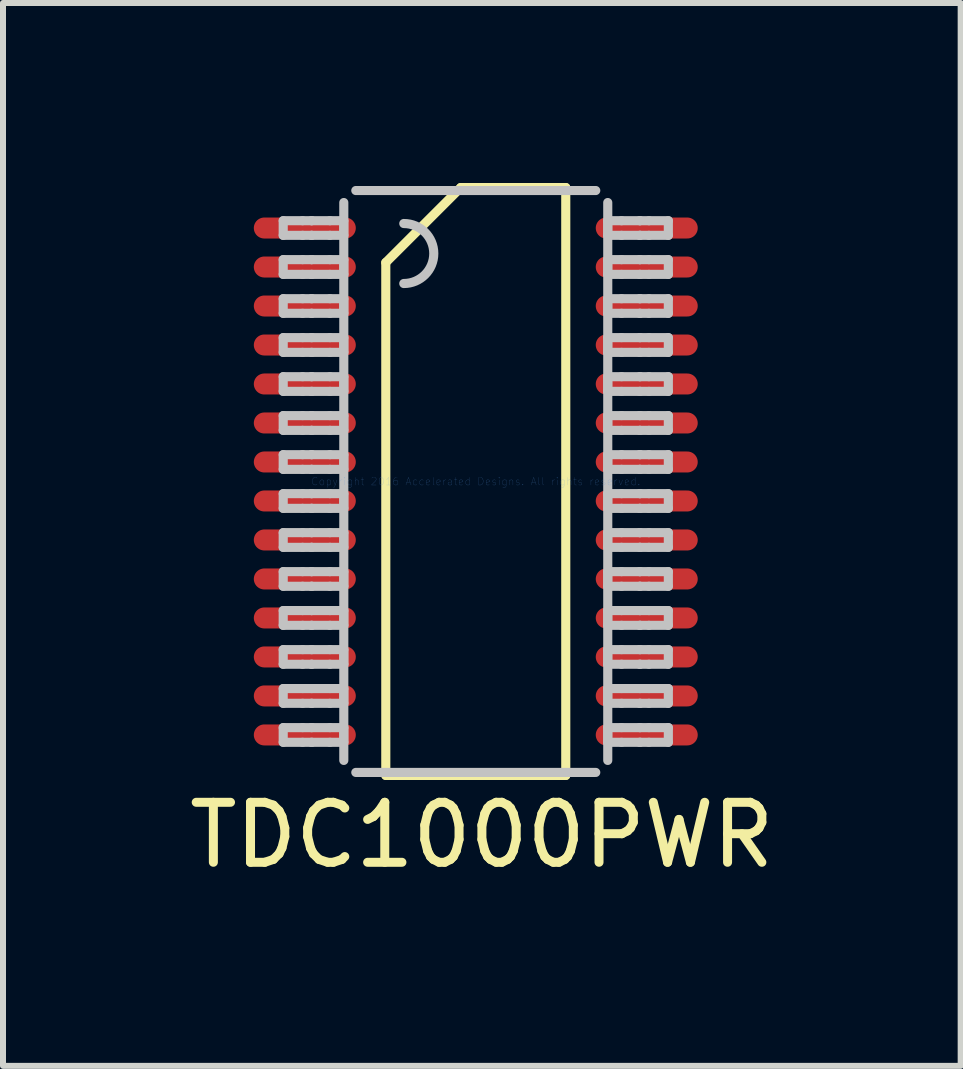
<source format=kicad_pcb>
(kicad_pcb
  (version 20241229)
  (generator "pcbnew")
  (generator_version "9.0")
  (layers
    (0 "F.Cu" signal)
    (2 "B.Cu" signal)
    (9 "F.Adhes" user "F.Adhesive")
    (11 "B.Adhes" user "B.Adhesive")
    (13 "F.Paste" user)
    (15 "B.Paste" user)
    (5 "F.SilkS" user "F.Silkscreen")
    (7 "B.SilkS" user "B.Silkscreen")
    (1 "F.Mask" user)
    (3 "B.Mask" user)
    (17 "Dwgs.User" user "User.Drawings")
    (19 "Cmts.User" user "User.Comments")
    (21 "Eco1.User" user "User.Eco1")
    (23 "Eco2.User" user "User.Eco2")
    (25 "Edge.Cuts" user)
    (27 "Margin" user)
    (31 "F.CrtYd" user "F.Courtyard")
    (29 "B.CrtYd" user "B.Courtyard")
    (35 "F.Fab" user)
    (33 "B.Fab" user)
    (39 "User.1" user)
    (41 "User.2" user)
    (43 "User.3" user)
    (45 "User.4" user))
  (footprint "TDC1000PWR"
    (layer "F.Cu")
    (at 4.881 4.976)
    (property "Reference" "TDC1000PWR" (at 0.102 5.893 0) (layer "F.SilkS") (effects (font (size 1 1) (thickness 0.15))))
    (attr through_hole)
    (fp_line (start -1.5 -3.65) (end -0.25 -4.9) (stroke (width 0.152) (type solid)) (layer "F.SilkS"))
    (fp_line (start -1.5 4.9) (end -1.5 -3.65) (stroke (width 0.152) (type solid)) (layer "F.SilkS"))
    (fp_line (start -1.5 4.9) (end 1.5 4.9) (stroke (width 0.152) (type solid)) (layer "F.SilkS"))
    (fp_line (start -0.25 -4.9) (end 1.5 -4.9) (stroke (width 0.152) (type solid)) (layer "F.SilkS"))
    (fp_line (start 1.5 4.9) (end 1.5 -4.9) (stroke (width 0.152) (type solid)) (layer "F.SilkS"))
    (fp_line (start -3.21 -4.347) (end -2.887 -4.347) (stroke (width 0.152) (type solid)) (layer "Dwgs.User"))
    (fp_line (start -3.21 -4.103) (end -3.21 -4.347) (stroke (width 0.152) (type solid)) (layer "Dwgs.User"))
    (fp_line (start -3.21 -4.103) (end -2.887 -4.103) (stroke (width 0.152) (type solid)) (layer "Dwgs.User"))
    (fp_line (start -3.21 -3.698) (end -2.887 -3.698) (stroke (width 0.152) (type solid)) (layer "Dwgs.User"))
    (fp_line (start -3.21 -3.452) (end -3.21 -3.698) (stroke (width 0.152) (type solid)) (layer "Dwgs.User"))
    (fp_line (start -3.21 -3.452) (end -2.887 -3.452) (stroke (width 0.152) (type solid)) (layer "Dwgs.User"))
    (fp_line (start -3.21 -3.047) (end -2.887 -3.047) (stroke (width 0.152) (type solid)) (layer "Dwgs.User"))
    (fp_line (start -3.21 -2.803) (end -3.21 -3.047) (stroke (width 0.152) (type solid)) (layer "Dwgs.User"))
    (fp_line (start -3.21 -2.803) (end -2.887 -2.803) (stroke (width 0.152) (type solid)) (layer "Dwgs.User"))
    (fp_line (start -3.21 -2.398) (end -2.887 -2.398) (stroke (width 0.152) (type solid)) (layer "Dwgs.User"))
    (fp_line (start -3.21 -2.152) (end -3.21 -2.398) (stroke (width 0.152) (type solid)) (layer "Dwgs.User"))
    (fp_line (start -3.21 -2.152) (end -2.887 -2.152) (stroke (width 0.152) (type solid)) (layer "Dwgs.User"))
    (fp_line (start -3.21 -1.747) (end -2.887 -1.747) (stroke (width 0.152) (type solid)) (layer "Dwgs.User"))
    (fp_line (start -3.21 -1.502) (end -3.21 -1.747) (stroke (width 0.152) (type solid)) (layer "Dwgs.User"))
    (fp_line (start -3.21 -1.502) (end -2.887 -1.502) (stroke (width 0.152) (type solid)) (layer "Dwgs.User"))
    (fp_line (start -3.21 -1.098) (end -2.887 -1.098) (stroke (width 0.152) (type solid)) (layer "Dwgs.User"))
    (fp_line (start -3.21 -0.852) (end -3.21 -1.098) (stroke (width 0.152) (type solid)) (layer "Dwgs.User"))
    (fp_line (start -3.21 -0.852) (end -2.887 -0.852) (stroke (width 0.152) (type solid)) (layer "Dwgs.User"))
    (fp_line (start -3.21 -0.447) (end -2.887 -0.447) (stroke (width 0.152) (type solid)) (layer "Dwgs.User"))
    (fp_line (start -3.21 -0.202) (end -3.21 -0.447) (stroke (width 0.152) (type solid)) (layer "Dwgs.User"))
    (fp_line (start -3.21 -0.202) (end -2.887 -0.202) (stroke (width 0.152) (type solid)) (layer "Dwgs.User"))
    (fp_line (start -3.21 0.203) (end -2.887 0.203) (stroke (width 0.152) (type solid)) (layer "Dwgs.User"))
    (fp_line (start -3.21 0.448) (end -3.21 0.203) (stroke (width 0.152) (type solid)) (layer "Dwgs.User"))
    (fp_line (start -3.21 0.448) (end -2.887 0.448) (stroke (width 0.152) (type solid)) (layer "Dwgs.User"))
    (fp_line (start -3.21 0.853) (end -2.887 0.853) (stroke (width 0.152) (type solid)) (layer "Dwgs.User"))
    (fp_line (start -3.21 1.098) (end -3.21 0.853) (stroke (width 0.152) (type solid)) (layer "Dwgs.User"))
    (fp_line (start -3.21 1.098) (end -2.887 1.098) (stroke (width 0.152) (type solid)) (layer "Dwgs.User"))
    (fp_line (start -3.21 1.503) (end -2.887 1.503) (stroke (width 0.152) (type solid)) (layer "Dwgs.User"))
    (fp_line (start -3.21 1.747) (end -3.21 1.503) (stroke (width 0.152) (type solid)) (layer "Dwgs.User"))
    (fp_line (start -3.21 1.747) (end -2.887 1.747) (stroke (width 0.152) (type solid)) (layer "Dwgs.User"))
    (fp_line (start -3.21 2.152) (end -2.887 2.152) (stroke (width 0.152) (type solid)) (layer "Dwgs.User"))
    (fp_line (start -3.21 2.398) (end -3.21 2.152) (stroke (width 0.152) (type solid)) (layer "Dwgs.User"))
    (fp_line (start -3.21 2.398) (end -2.887 2.398) (stroke (width 0.152) (type solid)) (layer "Dwgs.User"))
    (fp_line (start -3.21 2.803) (end -2.887 2.803) (stroke (width 0.152) (type solid)) (layer "Dwgs.User"))
    (fp_line (start -3.21 3.047) (end -3.21 2.803) (stroke (width 0.152) (type solid)) (layer "Dwgs.User"))
    (fp_line (start -3.21 3.047) (end -2.887 3.047) (stroke (width 0.152) (type solid)) (layer "Dwgs.User"))
    (fp_line (start -3.21 3.452) (end -2.887 3.452) (stroke (width 0.152) (type solid)) (layer "Dwgs.User"))
    (fp_line (start -3.21 3.698) (end -3.21 3.452) (stroke (width 0.152) (type solid)) (layer "Dwgs.User"))
    (fp_line (start -3.21 3.698) (end -2.887 3.698) (stroke (width 0.152) (type solid)) (layer "Dwgs.User"))
    (fp_line (start -3.21 4.103) (end -2.887 4.103) (stroke (width 0.152) (type solid)) (layer "Dwgs.User"))
    (fp_line (start -3.21 4.348) (end -3.21 4.103) (stroke (width 0.152) (type solid)) (layer "Dwgs.User"))
    (fp_line (start -3.21 4.348) (end -2.887 4.348) (stroke (width 0.152) (type solid)) (layer "Dwgs.User"))
    (fp_line (start -2.887 -4.347) (end -2.739 -4.347) (stroke (width 0.152) (type solid)) (layer "Dwgs.User"))
    (fp_line (start -2.887 -4.103) (end -2.739 -4.103) (stroke (width 0.152) (type solid)) (layer "Dwgs.User"))
    (fp_line (start -2.887 -3.698) (end -2.739 -3.698) (stroke (width 0.152) (type solid)) (layer "Dwgs.User"))
    (fp_line (start -2.887 -3.452) (end -2.739 -3.452) (stroke (width 0.152) (type solid)) (layer "Dwgs.User"))
    (fp_line (start -2.887 -3.047) (end -2.739 -3.047) (stroke (width 0.152) (type solid)) (layer "Dwgs.User"))
    (fp_line (start -2.887 -2.803) (end -2.739 -2.803) (stroke (width 0.152) (type solid)) (layer "Dwgs.User"))
    (fp_line (start -2.887 -2.398) (end -2.739 -2.398) (stroke (width 0.152) (type solid)) (layer "Dwgs.User"))
    (fp_line (start -2.887 -2.152) (end -2.739 -2.152) (stroke (width 0.152) (type solid)) (layer "Dwgs.User"))
    (fp_line (start -2.887 -1.747) (end -2.739 -1.747) (stroke (width 0.152) (type solid)) (layer "Dwgs.User"))
    (fp_line (start -2.887 -1.502) (end -2.739 -1.502) (stroke (width 0.152) (type solid)) (layer "Dwgs.User"))
    (fp_line (start -2.887 -1.098) (end -2.739 -1.098) (stroke (width 0.152) (type solid)) (layer "Dwgs.User"))
    (fp_line (start -2.887 -0.852) (end -2.739 -0.852) (stroke (width 0.152) (type solid)) (layer "Dwgs.User"))
    (fp_line (start -2.887 -0.447) (end -2.739 -0.447) (stroke (width 0.152) (type solid)) (layer "Dwgs.User"))
    (fp_line (start -2.887 -0.202) (end -2.739 -0.202) (stroke (width 0.152) (type solid)) (layer "Dwgs.User"))
    (fp_line (start -2.887 0.203) (end -2.739 0.203) (stroke (width 0.152) (type solid)) (layer "Dwgs.User"))
    (fp_line (start -2.887 0.448) (end -2.739 0.448) (stroke (width 0.152) (type solid)) (layer "Dwgs.User"))
    (fp_line (start -2.887 0.853) (end -2.739 0.853) (stroke (width 0.152) (type solid)) (layer "Dwgs.User"))
    (fp_line (start -2.887 1.098) (end -2.739 1.098) (stroke (width 0.152) (type solid)) (layer "Dwgs.User"))
    (fp_line (start -2.887 1.503) (end -2.739 1.503) (stroke (width 0.152) (type solid)) (layer "Dwgs.User"))
    (fp_line (start -2.887 1.747) (end -2.739 1.747) (stroke (width 0.152) (type solid)) (layer "Dwgs.User"))
    (fp_line (start -2.887 2.152) (end -2.739 2.152) (stroke (width 0.152) (type solid)) (layer "Dwgs.User"))
    (fp_line (start -2.887 2.398) (end -2.739 2.398) (stroke (width 0.152) (type solid)) (layer "Dwgs.User"))
    (fp_line (start -2.887 2.803) (end -2.739 2.803) (stroke (width 0.152) (type solid)) (layer "Dwgs.User"))
    (fp_line (start -2.887 3.047) (end -2.739 3.047) (stroke (width 0.152) (type solid)) (layer "Dwgs.User"))
    (fp_line (start -2.887 3.452) (end -2.739 3.452) (stroke (width 0.152) (type solid)) (layer "Dwgs.User"))
    (fp_line (start -2.887 3.698) (end -2.739 3.698) (stroke (width 0.152) (type solid)) (layer "Dwgs.User"))
    (fp_line (start -2.887 4.103) (end -2.739 4.103) (stroke (width 0.152) (type solid)) (layer "Dwgs.User"))
    (fp_line (start -2.887 4.348) (end -2.739 4.348) (stroke (width 0.152) (type solid)) (layer "Dwgs.User"))
    (fp_line (start -2.739 -4.347) (end -2.733 -4.347) (stroke (width 0.152) (type solid)) (layer "Dwgs.User"))
    (fp_line (start -2.739 -4.103) (end -2.733 -4.103) (stroke (width 0.152) (type solid)) (layer "Dwgs.User"))
    (fp_line (start -2.739 -3.698) (end -2.733 -3.698) (stroke (width 0.152) (type solid)) (layer "Dwgs.User"))
    (fp_line (start -2.739 -3.452) (end -2.733 -3.452) (stroke (width 0.152) (type solid)) (layer "Dwgs.User"))
    (fp_line (start -2.739 -3.047) (end -2.733 -3.047) (stroke (width 0.152) (type solid)) (layer "Dwgs.User"))
    (fp_line (start -2.739 -2.803) (end -2.733 -2.803) (stroke (width 0.152) (type solid)) (layer "Dwgs.User"))
    (fp_line (start -2.739 -2.398) (end -2.733 -2.398) (stroke (width 0.152) (type solid)) (layer "Dwgs.User"))
    (fp_line (start -2.739 -2.152) (end -2.733 -2.152) (stroke (width 0.152) (type solid)) (layer "Dwgs.User"))
    (fp_line (start -2.739 -1.747) (end -2.733 -1.747) (stroke (width 0.152) (type solid)) (layer "Dwgs.User"))
    (fp_line (start -2.739 -1.502) (end -2.733 -1.502) (stroke (width 0.152) (type solid)) (layer "Dwgs.User"))
    (fp_line (start -2.739 -1.098) (end -2.733 -1.098) (stroke (width 0.152) (type solid)) (layer "Dwgs.User"))
    (fp_line (start -2.739 -0.852) (end -2.733 -0.852) (stroke (width 0.152) (type solid)) (layer "Dwgs.User"))
    (fp_line (start -2.739 -0.447) (end -2.733 -0.447) (stroke (width 0.152) (type solid)) (layer "Dwgs.User"))
    (fp_line (start -2.739 -0.202) (end -2.733 -0.202) (stroke (width 0.152) (type solid)) (layer "Dwgs.User"))
    (fp_line (start -2.739 0.203) (end -2.733 0.203) (stroke (width 0.152) (type solid)) (layer "Dwgs.User"))
    (fp_line (start -2.739 0.448) (end -2.733 0.448) (stroke (width 0.152) (type solid)) (layer "Dwgs.User"))
    (fp_line (start -2.739 0.853) (end -2.733 0.853) (stroke (width 0.152) (type solid)) (layer "Dwgs.User"))
    (fp_line (start -2.739 1.098) (end -2.733 1.098) (stroke (width 0.152) (type solid)) (layer "Dwgs.User"))
    (fp_line (start -2.739 1.503) (end -2.733 1.503) (stroke (width 0.152) (type solid)) (layer "Dwgs.User"))
    (fp_line (start -2.739 1.747) (end -2.733 1.747) (stroke (width 0.152) (type solid)) (layer "Dwgs.User"))
    (fp_line (start -2.739 2.152) (end -2.733 2.152) (stroke (width 0.152) (type solid)) (layer "Dwgs.User"))
    (fp_line (start -2.739 2.398) (end -2.733 2.398) (stroke (width 0.152) (type solid)) (layer "Dwgs.User"))
    (fp_line (start -2.739 2.803) (end -2.733 2.803) (stroke (width 0.152) (type solid)) (layer "Dwgs.User"))
    (fp_line (start -2.739 3.047) (end -2.733 3.047) (stroke (width 0.152) (type solid)) (layer "Dwgs.User"))
    (fp_line (start -2.739 3.452) (end -2.733 3.452) (stroke (width 0.152) (type solid)) (layer "Dwgs.User"))
    (fp_line (start -2.739 3.698) (end -2.733 3.698) (stroke (width 0.152) (type solid)) (layer "Dwgs.User"))
    (fp_line (start -2.739 4.103) (end -2.733 4.103) (stroke (width 0.152) (type solid)) (layer "Dwgs.User"))
    (fp_line (start -2.739 4.348) (end -2.733 4.348) (stroke (width 0.152) (type solid)) (layer "Dwgs.User"))
    (fp_line (start -2.733 -4.347) (end -2.431 -4.347) (stroke (width 0.152) (type solid)) (layer "Dwgs.User"))
    (fp_line (start -2.733 -4.103) (end -2.431 -4.103) (stroke (width 0.152) (type solid)) (layer "Dwgs.User"))
    (fp_line (start -2.733 -3.698) (end -2.431 -3.698) (stroke (width 0.152) (type solid)) (layer "Dwgs.User"))
    (fp_line (start -2.733 -3.452) (end -2.431 -3.452) (stroke (width 0.152) (type solid)) (layer "Dwgs.User"))
    (fp_line (start -2.733 -3.047) (end -2.431 -3.047) (stroke (width 0.152) (type solid)) (layer "Dwgs.User"))
    (fp_line (start -2.733 -2.803) (end -2.431 -2.803) (stroke (width 0.152) (type solid)) (layer "Dwgs.User"))
    (fp_line (start -2.733 -2.398) (end -2.431 -2.398) (stroke (width 0.152) (type solid)) (layer "Dwgs.User"))
    (fp_line (start -2.733 -2.152) (end -2.431 -2.152) (stroke (width 0.152) (type solid)) (layer "Dwgs.User"))
    (fp_line (start -2.733 -1.747) (end -2.431 -1.747) (stroke (width 0.152) (type solid)) (layer "Dwgs.User"))
    (fp_line (start -2.733 -1.502) (end -2.431 -1.502) (stroke (width 0.152) (type solid)) (layer "Dwgs.User"))
    (fp_line (start -2.733 -1.098) (end -2.431 -1.098) (stroke (width 0.152) (type solid)) (layer "Dwgs.User"))
    (fp_line (start -2.733 -0.852) (end -2.431 -0.852) (stroke (width 0.152) (type solid)) (layer "Dwgs.User"))
    (fp_line (start -2.733 -0.447) (end -2.431 -0.447) (stroke (width 0.152) (type solid)) (layer "Dwgs.User"))
    (fp_line (start -2.733 -0.202) (end -2.431 -0.202) (stroke (width 0.152) (type solid)) (layer "Dwgs.User"))
    (fp_line (start -2.733 0.203) (end -2.431 0.203) (stroke (width 0.152) (type solid)) (layer "Dwgs.User"))
    (fp_line (start -2.733 0.448) (end -2.431 0.448) (stroke (width 0.152) (type solid)) (layer "Dwgs.User"))
    (fp_line (start -2.733 0.853) (end -2.431 0.853) (stroke (width 0.152) (type solid)) (layer "Dwgs.User"))
    (fp_line (start -2.733 1.098) (end -2.431 1.098) (stroke (width 0.152) (type solid)) (layer "Dwgs.User"))
    (fp_line (start -2.733 1.503) (end -2.431 1.503) (stroke (width 0.152) (type solid)) (layer "Dwgs.User"))
    (fp_line (start -2.733 1.747) (end -2.431 1.747) (stroke (width 0.152) (type solid)) (layer "Dwgs.User"))
    (fp_line (start -2.733 2.152) (end -2.431 2.152) (stroke (width 0.152) (type solid)) (layer "Dwgs.User"))
    (fp_line (start -2.733 2.398) (end -2.431 2.398) (stroke (width 0.152) (type solid)) (layer "Dwgs.User"))
    (fp_line (start -2.733 2.803) (end -2.431 2.803) (stroke (width 0.152) (type solid)) (layer "Dwgs.User"))
    (fp_line (start -2.733 3.047) (end -2.431 3.047) (stroke (width 0.152) (type solid)) (layer "Dwgs.User"))
    (fp_line (start -2.733 3.452) (end -2.431 3.452) (stroke (width 0.152) (type solid)) (layer "Dwgs.User"))
    (fp_line (start -2.733 3.698) (end -2.431 3.698) (stroke (width 0.152) (type solid)) (layer "Dwgs.User"))
    (fp_line (start -2.733 4.103) (end -2.431 4.103) (stroke (width 0.152) (type solid)) (layer "Dwgs.User"))
    (fp_line (start -2.733 4.348) (end -2.431 4.348) (stroke (width 0.152) (type solid)) (layer "Dwgs.User"))
    (fp_line (start -2.431 -4.347) (end -2.2 -4.347) (stroke (width 0.152) (type solid)) (layer "Dwgs.User"))
    (fp_line (start -2.431 -4.103) (end -2.2 -4.103) (stroke (width 0.152) (type solid)) (layer "Dwgs.User"))
    (fp_line (start -2.431 -3.698) (end -2.2 -3.698) (stroke (width 0.152) (type solid)) (layer "Dwgs.User"))
    (fp_line (start -2.431 -3.452) (end -2.2 -3.452) (stroke (width 0.152) (type solid)) (layer "Dwgs.User"))
    (fp_line (start -2.431 -3.047) (end -2.2 -3.047) (stroke (width 0.152) (type solid)) (layer "Dwgs.User"))
    (fp_line (start -2.431 -2.803) (end -2.2 -2.803) (stroke (width 0.152) (type solid)) (layer "Dwgs.User"))
    (fp_line (start -2.431 -2.398) (end -2.2 -2.398) (stroke (width 0.152) (type solid)) (layer "Dwgs.User"))
    (fp_line (start -2.431 -2.152) (end -2.2 -2.152) (stroke (width 0.152) (type solid)) (layer "Dwgs.User"))
    (fp_line (start -2.431 -1.747) (end -2.2 -1.747) (stroke (width 0.152) (type solid)) (layer "Dwgs.User"))
    (fp_line (start -2.431 -1.502) (end -2.2 -1.502) (stroke (width 0.152) (type solid)) (layer "Dwgs.User"))
    (fp_line (start -2.431 -1.098) (end -2.2 -1.098) (stroke (width 0.152) (type solid)) (layer "Dwgs.User"))
    (fp_line (start -2.431 -0.852) (end -2.2 -0.852) (stroke (width 0.152) (type solid)) (layer "Dwgs.User"))
    (fp_line (start -2.431 -0.447) (end -2.2 -0.447) (stroke (width 0.152) (type solid)) (layer "Dwgs.User"))
    (fp_line (start -2.431 -0.202) (end -2.2 -0.202) (stroke (width 0.152) (type solid)) (layer "Dwgs.User"))
    (fp_line (start -2.431 0.203) (end -2.2 0.203) (stroke (width 0.152) (type solid)) (layer "Dwgs.User"))
    (fp_line (start -2.431 0.448) (end -2.2 0.448) (stroke (width 0.152) (type solid)) (layer "Dwgs.User"))
    (fp_line (start -2.431 0.853) (end -2.2 0.853) (stroke (width 0.152) (type solid)) (layer "Dwgs.User"))
    (fp_line (start -2.431 1.098) (end -2.2 1.098) (stroke (width 0.152) (type solid)) (layer "Dwgs.User"))
    (fp_line (start -2.431 1.503) (end -2.2 1.503) (stroke (width 0.152) (type solid)) (layer "Dwgs.User"))
    (fp_line (start -2.431 1.747) (end -2.2 1.747) (stroke (width 0.152) (type solid)) (layer "Dwgs.User"))
    (fp_line (start -2.431 2.152) (end -2.2 2.152) (stroke (width 0.152) (type solid)) (layer "Dwgs.User"))
    (fp_line (start -2.431 2.398) (end -2.2 2.398) (stroke (width 0.152) (type solid)) (layer "Dwgs.User"))
    (fp_line (start -2.431 2.803) (end -2.2 2.803) (stroke (width 0.152) (type solid)) (layer "Dwgs.User"))
    (fp_line (start -2.431 3.047) (end -2.2 3.047) (stroke (width 0.152) (type solid)) (layer "Dwgs.User"))
    (fp_line (start -2.431 3.452) (end -2.2 3.452) (stroke (width 0.152) (type solid)) (layer "Dwgs.User"))
    (fp_line (start -2.431 3.698) (end -2.2 3.698) (stroke (width 0.152) (type solid)) (layer "Dwgs.User"))
    (fp_line (start -2.431 4.103) (end -2.2 4.103) (stroke (width 0.152) (type solid)) (layer "Dwgs.User"))
    (fp_line (start -2.431 4.348) (end -2.2 4.348) (stroke (width 0.152) (type solid)) (layer "Dwgs.User"))
    (fp_line (start -2.2 -4.103) (end -2.2 -4.347) (stroke (width 0.152) (type solid)) (layer "Dwgs.User"))
    (fp_line (start -2.2 -3.452) (end -2.2 -3.698) (stroke (width 0.152) (type solid)) (layer "Dwgs.User"))
    (fp_line (start -2.2 -2.803) (end -2.2 -3.047) (stroke (width 0.152) (type solid)) (layer "Dwgs.User"))
    (fp_line (start -2.2 -2.152) (end -2.2 -2.398) (stroke (width 0.152) (type solid)) (layer "Dwgs.User"))
    (fp_line (start -2.2 -1.502) (end -2.2 -1.747) (stroke (width 0.152) (type solid)) (layer "Dwgs.User"))
    (fp_line (start -2.2 -0.852) (end -2.2 -1.098) (stroke (width 0.152) (type solid)) (layer "Dwgs.User"))
    (fp_line (start -2.2 -0.202) (end -2.2 -0.447) (stroke (width 0.152) (type solid)) (layer "Dwgs.User"))
    (fp_line (start -2.2 0.448) (end -2.2 0.203) (stroke (width 0.152) (type solid)) (layer "Dwgs.User"))
    (fp_line (start -2.2 1.098) (end -2.2 0.853) (stroke (width 0.152) (type solid)) (layer "Dwgs.User"))
    (fp_line (start -2.2 1.747) (end -2.2 1.503) (stroke (width 0.152) (type solid)) (layer "Dwgs.User"))
    (fp_line (start -2.2 2.398) (end -2.2 2.152) (stroke (width 0.152) (type solid)) (layer "Dwgs.User"))
    (fp_line (start -2.2 3.047) (end -2.2 2.803) (stroke (width 0.152) (type solid)) (layer "Dwgs.User"))
    (fp_line (start -2.2 3.698) (end -2.2 3.452) (stroke (width 0.152) (type solid)) (layer "Dwgs.User"))
    (fp_line (start -2.2 4.348) (end -2.2 4.103) (stroke (width 0.152) (type solid)) (layer "Dwgs.User"))
    (fp_line (start -2.2 4.65) (end -2.2 -4.65) (stroke (width 0.152) (type solid)) (layer "Dwgs.User"))
    (fp_line (start -2 -4.85) (end 2 -4.85) (stroke (width 0.152) (type solid)) (layer "Dwgs.User"))
    (fp_line (start -2 4.85) (end 2 4.85) (stroke (width 0.152) (type solid)) (layer "Dwgs.User"))
    (fp_line (start 2.2 -4.347) (end 2.43 -4.347) (stroke (width 0.152) (type solid)) (layer "Dwgs.User"))
    (fp_line (start 2.2 -4.103) (end 2.2 -4.347) (stroke (width 0.152) (type solid)) (layer "Dwgs.User"))
    (fp_line (start 2.2 -4.103) (end 2.43 -4.103) (stroke (width 0.152) (type solid)) (layer "Dwgs.User"))
    (fp_line (start 2.2 -3.698) (end 2.43 -3.698) (stroke (width 0.152) (type solid)) (layer "Dwgs.User"))
    (fp_line (start 2.2 -3.452) (end 2.2 -3.698) (stroke (width 0.152) (type solid)) (layer "Dwgs.User"))
    (fp_line (start 2.2 -3.452) (end 2.43 -3.452) (stroke (width 0.152) (type solid)) (layer "Dwgs.User"))
    (fp_line (start 2.2 -3.047) (end 2.43 -3.047) (stroke (width 0.152) (type solid)) (layer "Dwgs.User"))
    (fp_line (start 2.2 -2.803) (end 2.2 -3.047) (stroke (width 0.152) (type solid)) (layer "Dwgs.User"))
    (fp_line (start 2.2 -2.803) (end 2.43 -2.803) (stroke (width 0.152) (type solid)) (layer "Dwgs.User"))
    (fp_line (start 2.2 -2.398) (end 2.43 -2.398) (stroke (width 0.152) (type solid)) (layer "Dwgs.User"))
    (fp_line (start 2.2 -2.152) (end 2.2 -2.398) (stroke (width 0.152) (type solid)) (layer "Dwgs.User"))
    (fp_line (start 2.2 -2.152) (end 2.43 -2.152) (stroke (width 0.152) (type solid)) (layer "Dwgs.User"))
    (fp_line (start 2.2 -1.747) (end 2.43 -1.747) (stroke (width 0.152) (type solid)) (layer "Dwgs.User"))
    (fp_line (start 2.2 -1.502) (end 2.2 -1.747) (stroke (width 0.152) (type solid)) (layer "Dwgs.User"))
    (fp_line (start 2.2 -1.502) (end 2.43 -1.502) (stroke (width 0.152) (type solid)) (layer "Dwgs.User"))
    (fp_line (start 2.2 -1.098) (end 2.43 -1.098) (stroke (width 0.152) (type solid)) (layer "Dwgs.User"))
    (fp_line (start 2.2 -0.852) (end 2.2 -1.098) (stroke (width 0.152) (type solid)) (layer "Dwgs.User"))
    (fp_line (start 2.2 -0.852) (end 2.43 -0.852) (stroke (width 0.152) (type solid)) (layer "Dwgs.User"))
    (fp_line (start 2.2 -0.447) (end 2.43 -0.447) (stroke (width 0.152) (type solid)) (layer "Dwgs.User"))
    (fp_line (start 2.2 -0.202) (end 2.2 -0.447) (stroke (width 0.152) (type solid)) (layer "Dwgs.User"))
    (fp_line (start 2.2 -0.202) (end 2.43 -0.202) (stroke (width 0.152) (type solid)) (layer "Dwgs.User"))
    (fp_line (start 2.2 0.203) (end 2.43 0.203) (stroke (width 0.152) (type solid)) (layer "Dwgs.User"))
    (fp_line (start 2.2 0.448) (end 2.2 0.203) (stroke (width 0.152) (type solid)) (layer "Dwgs.User"))
    (fp_line (start 2.2 0.448) (end 2.43 0.448) (stroke (width 0.152) (type solid)) (layer "Dwgs.User"))
    (fp_line (start 2.2 0.853) (end 2.43 0.853) (stroke (width 0.152) (type solid)) (layer "Dwgs.User"))
    (fp_line (start 2.2 1.098) (end 2.2 0.853) (stroke (width 0.152) (type solid)) (layer "Dwgs.User"))
    (fp_line (start 2.2 1.098) (end 2.43 1.098) (stroke (width 0.152) (type solid)) (layer "Dwgs.User"))
    (fp_line (start 2.2 1.503) (end 2.43 1.503) (stroke (width 0.152) (type solid)) (layer "Dwgs.User"))
    (fp_line (start 2.2 1.747) (end 2.2 1.503) (stroke (width 0.152) (type solid)) (layer "Dwgs.User"))
    (fp_line (start 2.2 1.747) (end 2.43 1.747) (stroke (width 0.152) (type solid)) (layer "Dwgs.User"))
    (fp_line (start 2.2 2.152) (end 2.43 2.152) (stroke (width 0.152) (type solid)) (layer "Dwgs.User"))
    (fp_line (start 2.2 2.398) (end 2.2 2.152) (stroke (width 0.152) (type solid)) (layer "Dwgs.User"))
    (fp_line (start 2.2 2.398) (end 2.43 2.398) (stroke (width 0.152) (type solid)) (layer "Dwgs.User"))
    (fp_line (start 2.2 2.803) (end 2.43 2.803) (stroke (width 0.152) (type solid)) (layer "Dwgs.User"))
    (fp_line (start 2.2 3.047) (end 2.2 2.803) (stroke (width 0.152) (type solid)) (layer "Dwgs.User"))
    (fp_line (start 2.2 3.047) (end 2.43 3.047) (stroke (width 0.152) (type solid)) (layer "Dwgs.User"))
    (fp_line (start 2.2 3.452) (end 2.43 3.452) (stroke (width 0.152) (type solid)) (layer "Dwgs.User"))
    (fp_line (start 2.2 3.698) (end 2.2 3.452) (stroke (width 0.152) (type solid)) (layer "Dwgs.User"))
    (fp_line (start 2.2 3.698) (end 2.43 3.698) (stroke (width 0.152) (type solid)) (layer "Dwgs.User"))
    (fp_line (start 2.2 4.103) (end 2.43 4.103) (stroke (width 0.152) (type solid)) (layer "Dwgs.User"))
    (fp_line (start 2.2 4.348) (end 2.2 4.103) (stroke (width 0.152) (type solid)) (layer "Dwgs.User"))
    (fp_line (start 2.2 4.348) (end 2.43 4.348) (stroke (width 0.152) (type solid)) (layer "Dwgs.User"))
    (fp_line (start 2.2 4.65) (end 2.2 -4.65) (stroke (width 0.152) (type solid)) (layer "Dwgs.User"))
    (fp_line (start 2.43 -4.347) (end 2.733 -4.347) (stroke (width 0.152) (type solid)) (layer "Dwgs.User"))
    (fp_line (start 2.43 -4.103) (end 2.733 -4.103) (stroke (width 0.152) (type solid)) (layer "Dwgs.User"))
    (fp_line (start 2.43 -3.698) (end 2.733 -3.698) (stroke (width 0.152) (type solid)) (layer "Dwgs.User"))
    (fp_line (start 2.43 -3.452) (end 2.733 -3.452) (stroke (width 0.152) (type solid)) (layer "Dwgs.User"))
    (fp_line (start 2.43 -3.047) (end 2.733 -3.047) (stroke (width 0.152) (type solid)) (layer "Dwgs.User"))
    (fp_line (start 2.43 -2.803) (end 2.733 -2.803) (stroke (width 0.152) (type solid)) (layer "Dwgs.User"))
    (fp_line (start 2.43 -2.398) (end 2.733 -2.398) (stroke (width 0.152) (type solid)) (layer "Dwgs.User"))
    (fp_line (start 2.43 -2.152) (end 2.733 -2.152) (stroke (width 0.152) (type solid)) (layer "Dwgs.User"))
    (fp_line (start 2.43 -1.747) (end 2.733 -1.747) (stroke (width 0.152) (type solid)) (layer "Dwgs.User"))
    (fp_line (start 2.43 -1.502) (end 2.733 -1.502) (stroke (width 0.152) (type solid)) (layer "Dwgs.User"))
    (fp_line (start 2.43 -1.098) (end 2.733 -1.098) (stroke (width 0.152) (type solid)) (layer "Dwgs.User"))
    (fp_line (start 2.43 -0.852) (end 2.733 -0.852) (stroke (width 0.152) (type solid)) (layer "Dwgs.User"))
    (fp_line (start 2.43 -0.447) (end 2.733 -0.447) (stroke (width 0.152) (type solid)) (layer "Dwgs.User"))
    (fp_line (start 2.43 -0.202) (end 2.733 -0.202) (stroke (width 0.152) (type solid)) (layer "Dwgs.User"))
    (fp_line (start 2.43 0.203) (end 2.733 0.203) (stroke (width 0.152) (type solid)) (layer "Dwgs.User"))
    (fp_line (start 2.43 0.448) (end 2.733 0.448) (stroke (width 0.152) (type solid)) (layer "Dwgs.User"))
    (fp_line (start 2.43 0.853) (end 2.733 0.853) (stroke (width 0.152) (type solid)) (layer "Dwgs.User"))
    (fp_line (start 2.43 1.098) (end 2.733 1.098) (stroke (width 0.152) (type solid)) (layer "Dwgs.User"))
    (fp_line (start 2.43 1.503) (end 2.733 1.503) (stroke (width 0.152) (type solid)) (layer "Dwgs.User"))
    (fp_line (start 2.43 1.747) (end 2.733 1.747) (stroke (width 0.152) (type solid)) (layer "Dwgs.User"))
    (fp_line (start 2.43 2.152) (end 2.733 2.152) (stroke (width 0.152) (type solid)) (layer "Dwgs.User"))
    (fp_line (start 2.43 2.398) (end 2.733 2.398) (stroke (width 0.152) (type solid)) (layer "Dwgs.User"))
    (fp_line (start 2.43 2.803) (end 2.733 2.803) (stroke (width 0.152) (type solid)) (layer "Dwgs.User"))
    (fp_line (start 2.43 3.047) (end 2.733 3.047) (stroke (width 0.152) (type solid)) (layer "Dwgs.User"))
    (fp_line (start 2.43 3.452) (end 2.733 3.452) (stroke (width 0.152) (type solid)) (layer "Dwgs.User"))
    (fp_line (start 2.43 3.698) (end 2.733 3.698) (stroke (width 0.152) (type solid)) (layer "Dwgs.User"))
    (fp_line (start 2.43 4.103) (end 2.733 4.103) (stroke (width 0.152) (type solid)) (layer "Dwgs.User"))
    (fp_line (start 2.43 4.348) (end 2.733 4.348) (stroke (width 0.152) (type solid)) (layer "Dwgs.User"))
    (fp_line (start 2.733 -4.347) (end 2.739 -4.347) (stroke (width 0.152) (type solid)) (layer "Dwgs.User"))
    (fp_line (start 2.733 -4.103) (end 2.739 -4.103) (stroke (width 0.152) (type solid)) (layer "Dwgs.User"))
    (fp_line (start 2.733 -3.698) (end 2.739 -3.698) (stroke (width 0.152) (type solid)) (layer "Dwgs.User"))
    (fp_line (start 2.733 -3.452) (end 2.739 -3.452) (stroke (width 0.152) (type solid)) (layer "Dwgs.User"))
    (fp_line (start 2.733 -3.047) (end 2.739 -3.047) (stroke (width 0.152) (type solid)) (layer "Dwgs.User"))
    (fp_line (start 2.733 -2.803) (end 2.739 -2.803) (stroke (width 0.152) (type solid)) (layer "Dwgs.User"))
    (fp_line (start 2.733 -2.398) (end 2.739 -2.398) (stroke (width 0.152) (type solid)) (layer "Dwgs.User"))
    (fp_line (start 2.733 -2.152) (end 2.739 -2.152) (stroke (width 0.152) (type solid)) (layer "Dwgs.User"))
    (fp_line (start 2.733 -1.747) (end 2.739 -1.747) (stroke (width 0.152) (type solid)) (layer "Dwgs.User"))
    (fp_line (start 2.733 -1.502) (end 2.739 -1.502) (stroke (width 0.152) (type solid)) (layer "Dwgs.User"))
    (fp_line (start 2.733 -1.098) (end 2.739 -1.098) (stroke (width 0.152) (type solid)) (layer "Dwgs.User"))
    (fp_line (start 2.733 -0.852) (end 2.739 -0.852) (stroke (width 0.152) (type solid)) (layer "Dwgs.User"))
    (fp_line (start 2.733 -0.447) (end 2.739 -0.447) (stroke (width 0.152) (type solid)) (layer "Dwgs.User"))
    (fp_line (start 2.733 -0.202) (end 2.739 -0.202) (stroke (width 0.152) (type solid)) (layer "Dwgs.User"))
    (fp_line (start 2.733 0.203) (end 2.739 0.203) (stroke (width 0.152) (type solid)) (layer "Dwgs.User"))
    (fp_line (start 2.733 0.448) (end 2.739 0.448) (stroke (width 0.152) (type solid)) (layer "Dwgs.User"))
    (fp_line (start 2.733 0.853) (end 2.739 0.853) (stroke (width 0.152) (type solid)) (layer "Dwgs.User"))
    (fp_line (start 2.733 1.098) (end 2.739 1.098) (stroke (width 0.152) (type solid)) (layer "Dwgs.User"))
    (fp_line (start 2.733 1.503) (end 2.739 1.503) (stroke (width 0.152) (type solid)) (layer "Dwgs.User"))
    (fp_line (start 2.733 1.747) (end 2.739 1.747) (stroke (width 0.152) (type solid)) (layer "Dwgs.User"))
    (fp_line (start 2.733 2.152) (end 2.739 2.152) (stroke (width 0.152) (type solid)) (layer "Dwgs.User"))
    (fp_line (start 2.733 2.398) (end 2.739 2.398) (stroke (width 0.152) (type solid)) (layer "Dwgs.User"))
    (fp_line (start 2.733 2.803) (end 2.739 2.803) (stroke (width 0.152) (type solid)) (layer "Dwgs.User"))
    (fp_line (start 2.733 3.047) (end 2.739 3.047) (stroke (width 0.152) (type solid)) (layer "Dwgs.User"))
    (fp_line (start 2.733 3.452) (end 2.739 3.452) (stroke (width 0.152) (type solid)) (layer "Dwgs.User"))
    (fp_line (start 2.733 3.698) (end 2.739 3.698) (stroke (width 0.152) (type solid)) (layer "Dwgs.User"))
    (fp_line (start 2.733 4.103) (end 2.739 4.103) (stroke (width 0.152) (type solid)) (layer "Dwgs.User"))
    (fp_line (start 2.733 4.348) (end 2.739 4.348) (stroke (width 0.152) (type solid)) (layer "Dwgs.User"))
    (fp_line (start 2.739 -4.347) (end 2.887 -4.347) (stroke (width 0.152) (type solid)) (layer "Dwgs.User"))
    (fp_line (start 2.739 -4.103) (end 2.887 -4.103) (stroke (width 0.152) (type solid)) (layer "Dwgs.User"))
    (fp_line (start 2.739 -3.698) (end 2.887 -3.698) (stroke (width 0.152) (type solid)) (layer "Dwgs.User"))
    (fp_line (start 2.739 -3.452) (end 2.887 -3.452) (stroke (width 0.152) (type solid)) (layer "Dwgs.User"))
    (fp_line (start 2.739 -3.047) (end 2.887 -3.047) (stroke (width 0.152) (type solid)) (layer "Dwgs.User"))
    (fp_line (start 2.739 -2.803) (end 2.887 -2.803) (stroke (width 0.152) (type solid)) (layer "Dwgs.User"))
    (fp_line (start 2.739 -2.398) (end 2.887 -2.398) (stroke (width 0.152) (type solid)) (layer "Dwgs.User"))
    (fp_line (start 2.739 -2.152) (end 2.887 -2.152) (stroke (width 0.152) (type solid)) (layer "Dwgs.User"))
    (fp_line (start 2.739 -1.747) (end 2.887 -1.747) (stroke (width 0.152) (type solid)) (layer "Dwgs.User"))
    (fp_line (start 2.739 -1.502) (end 2.887 -1.502) (stroke (width 0.152) (type solid)) (layer "Dwgs.User"))
    (fp_line (start 2.739 -1.098) (end 2.887 -1.098) (stroke (width 0.152) (type solid)) (layer "Dwgs.User"))
    (fp_line (start 2.739 -0.852) (end 2.887 -0.852) (stroke (width 0.152) (type solid)) (layer "Dwgs.User"))
    (fp_line (start 2.739 -0.447) (end 2.887 -0.447) (stroke (width 0.152) (type solid)) (layer "Dwgs.User"))
    (fp_line (start 2.739 -0.202) (end 2.887 -0.202) (stroke (width 0.152) (type solid)) (layer "Dwgs.User"))
    (fp_line (start 2.739 0.203) (end 2.887 0.203) (stroke (width 0.152) (type solid)) (layer "Dwgs.User"))
    (fp_line (start 2.739 0.448) (end 2.887 0.448) (stroke (width 0.152) (type solid)) (layer "Dwgs.User"))
    (fp_line (start 2.739 0.853) (end 2.887 0.853) (stroke (width 0.152) (type solid)) (layer "Dwgs.User"))
    (fp_line (start 2.739 1.098) (end 2.887 1.098) (stroke (width 0.152) (type solid)) (layer "Dwgs.User"))
    (fp_line (start 2.739 1.503) (end 2.887 1.503) (stroke (width 0.152) (type solid)) (layer "Dwgs.User"))
    (fp_line (start 2.739 1.747) (end 2.887 1.747) (stroke (width 0.152) (type solid)) (layer "Dwgs.User"))
    (fp_line (start 2.739 2.152) (end 2.887 2.152) (stroke (width 0.152) (type solid)) (layer "Dwgs.User"))
    (fp_line (start 2.739 2.398) (end 2.887 2.398) (stroke (width 0.152) (type solid)) (layer "Dwgs.User"))
    (fp_line (start 2.739 2.803) (end 2.887 2.803) (stroke (width 0.152) (type solid)) (layer "Dwgs.User"))
    (fp_line (start 2.739 3.047) (end 2.887 3.047) (stroke (width 0.152) (type solid)) (layer "Dwgs.User"))
    (fp_line (start 2.739 3.452) (end 2.887 3.452) (stroke (width 0.152) (type solid)) (layer "Dwgs.User"))
    (fp_line (start 2.739 3.698) (end 2.887 3.698) (stroke (width 0.152) (type solid)) (layer "Dwgs.User"))
    (fp_line (start 2.739 4.103) (end 2.887 4.103) (stroke (width 0.152) (type solid)) (layer "Dwgs.User"))
    (fp_line (start 2.739 4.348) (end 2.887 4.348) (stroke (width 0.152) (type solid)) (layer "Dwgs.User"))
    (fp_line (start 2.887 -4.347) (end 3.21 -4.347) (stroke (width 0.152) (type solid)) (layer "Dwgs.User"))
    (fp_line (start 2.887 -4.103) (end 3.21 -4.103) (stroke (width 0.152) (type solid)) (layer "Dwgs.User"))
    (fp_line (start 2.887 -3.698) (end 3.21 -3.698) (stroke (width 0.152) (type solid)) (layer "Dwgs.User"))
    (fp_line (start 2.887 -3.452) (end 3.21 -3.452) (stroke (width 0.152) (type solid)) (layer "Dwgs.User"))
    (fp_line (start 2.887 -3.047) (end 3.21 -3.047) (stroke (width 0.152) (type solid)) (layer "Dwgs.User"))
    (fp_line (start 2.887 -2.803) (end 3.21 -2.803) (stroke (width 0.152) (type solid)) (layer "Dwgs.User"))
    (fp_line (start 2.887 -2.398) (end 3.21 -2.398) (stroke (width 0.152) (type solid)) (layer "Dwgs.User"))
    (fp_line (start 2.887 -2.152) (end 3.21 -2.152) (stroke (width 0.152) (type solid)) (layer "Dwgs.User"))
    (fp_line (start 2.887 -1.747) (end 3.21 -1.747) (stroke (width 0.152) (type solid)) (layer "Dwgs.User"))
    (fp_line (start 2.887 -1.502) (end 3.21 -1.502) (stroke (width 0.152) (type solid)) (layer "Dwgs.User"))
    (fp_line (start 2.887 -1.098) (end 3.21 -1.098) (stroke (width 0.152) (type solid)) (layer "Dwgs.User"))
    (fp_line (start 2.887 -0.852) (end 3.21 -0.852) (stroke (width 0.152) (type solid)) (layer "Dwgs.User"))
    (fp_line (start 2.887 -0.447) (end 3.21 -0.447) (stroke (width 0.152) (type solid)) (layer "Dwgs.User"))
    (fp_line (start 2.887 -0.202) (end 3.21 -0.202) (stroke (width 0.152) (type solid)) (layer "Dwgs.User"))
    (fp_line (start 2.887 0.203) (end 3.21 0.203) (stroke (width 0.152) (type solid)) (layer "Dwgs.User"))
    (fp_line (start 2.887 0.448) (end 3.21 0.448) (stroke (width 0.152) (type solid)) (layer "Dwgs.User"))
    (fp_line (start 2.887 0.853) (end 3.21 0.853) (stroke (width 0.152) (type solid)) (layer "Dwgs.User"))
    (fp_line (start 2.887 1.098) (end 3.21 1.098) (stroke (width 0.152) (type solid)) (layer "Dwgs.User"))
    (fp_line (start 2.887 1.503) (end 3.21 1.503) (stroke (width 0.152) (type solid)) (layer "Dwgs.User"))
    (fp_line (start 2.887 1.747) (end 3.21 1.747) (stroke (width 0.152) (type solid)) (layer "Dwgs.User"))
    (fp_line (start 2.887 2.152) (end 3.21 2.152) (stroke (width 0.152) (type solid)) (layer "Dwgs.User"))
    (fp_line (start 2.887 2.398) (end 3.21 2.398) (stroke (width 0.152) (type solid)) (layer "Dwgs.User"))
    (fp_line (start 2.887 2.803) (end 3.21 2.803) (stroke (width 0.152) (type solid)) (layer "Dwgs.User"))
    (fp_line (start 2.887 3.047) (end 3.21 3.047) (stroke (width 0.152) (type solid)) (layer "Dwgs.User"))
    (fp_line (start 2.887 3.452) (end 3.21 3.452) (stroke (width 0.152) (type solid)) (layer "Dwgs.User"))
    (fp_line (start 2.887 3.698) (end 3.21 3.698) (stroke (width 0.152) (type solid)) (layer "Dwgs.User"))
    (fp_line (start 2.887 4.103) (end 3.21 4.103) (stroke (width 0.152) (type solid)) (layer "Dwgs.User"))
    (fp_line (start 2.887 4.348) (end 3.21 4.348) (stroke (width 0.152) (type solid)) (layer "Dwgs.User"))
    (fp_line (start 3.21 -4.103) (end 3.21 -4.347) (stroke (width 0.152) (type solid)) (layer "Dwgs.User"))
    (fp_line (start 3.21 -3.452) (end 3.21 -3.698) (stroke (width 0.152) (type solid)) (layer "Dwgs.User"))
    (fp_line (start 3.21 -2.803) (end 3.21 -3.047) (stroke (width 0.152) (type solid)) (layer "Dwgs.User"))
    (fp_line (start 3.21 -2.152) (end 3.21 -2.398) (stroke (width 0.152) (type solid)) (layer "Dwgs.User"))
    (fp_line (start 3.21 -1.502) (end 3.21 -1.747) (stroke (width 0.152) (type solid)) (layer "Dwgs.User"))
    (fp_line (start 3.21 -0.852) (end 3.21 -1.098) (stroke (width 0.152) (type solid)) (layer "Dwgs.User"))
    (fp_line (start 3.21 -0.202) (end 3.21 -0.447) (stroke (width 0.152) (type solid)) (layer "Dwgs.User"))
    (fp_line (start 3.21 0.448) (end 3.21 0.203) (stroke (width 0.152) (type solid)) (layer "Dwgs.User"))
    (fp_line (start 3.21 1.098) (end 3.21 0.853) (stroke (width 0.152) (type solid)) (layer "Dwgs.User"))
    (fp_line (start 3.21 1.747) (end 3.21 1.503) (stroke (width 0.152) (type solid)) (layer "Dwgs.User"))
    (fp_line (start 3.21 2.398) (end 3.21 2.152) (stroke (width 0.152) (type solid)) (layer "Dwgs.User"))
    (fp_line (start 3.21 3.047) (end 3.21 2.803) (stroke (width 0.152) (type solid)) (layer "Dwgs.User"))
    (fp_line (start 3.21 3.698) (end 3.21 3.452) (stroke (width 0.152) (type solid)) (layer "Dwgs.User"))
    (fp_line (start 3.21 4.348) (end 3.21 4.103) (stroke (width 0.152) (type solid)) (layer "Dwgs.User"))
    (fp_arc (start -1.200003 -4.299989) (mid -0.700004 -3.79999) (end -1.200003 -3.299991) (stroke (width 0.1524) (type solid)) (layer "Dwgs.User"))
    (fp_text user "Copyright 2016 Accelerated Designs. All rights reserved." (at 0 0 0) (layer "Cmts.User") (effects (font (size 0.127 0.127) (thickness 0.002))))
    (pad "" smd oval (at -2.85 -4.225 90) (size 0.147 1.497) (layers "F.Paste"))
    (pad "" smd oval (at -2.85 -4.225 90) (size 0.452 1.802) (layers "F.Mask"))
    (pad "" smd oval (at -2.85 -3.575 90) (size 0.147 1.497) (layers "F.Paste"))
    (pad "" smd oval (at -2.85 -3.575 90) (size 0.452 1.802) (layers "F.Mask"))
    (pad "" smd oval (at -2.85 -2.925 90) (size 0.147 1.497) (layers "F.Paste"))
    (pad "" smd oval (at -2.85 -2.925 90) (size 0.452 1.802) (layers "F.Mask"))
    (pad "" smd oval (at -2.85 -2.275 90) (size 0.147 1.497) (layers "F.Paste"))
    (pad "" smd oval (at -2.85 -2.275 90) (size 0.452 1.802) (layers "F.Mask"))
    (pad "" smd oval (at -2.85 -1.625 90) (size 0.147 1.497) (layers "F.Paste"))
    (pad "" smd oval (at -2.85 -1.625 90) (size 0.452 1.802) (layers "F.Mask"))
    (pad "" smd oval (at -2.85 -0.975 90) (size 0.147 1.497) (layers "F.Paste"))
    (pad "" smd oval (at -2.85 -0.975 90) (size 0.452 1.802) (layers "F.Mask"))
    (pad "" smd oval (at -2.85 -0.325 90) (size 0.147 1.497) (layers "F.Paste"))
    (pad "" smd oval (at -2.85 -0.325 90) (size 0.452 1.802) (layers "F.Mask"))
    (pad "" smd oval (at -2.85 0.325 90) (size 0.147 1.497) (layers "F.Paste"))
    (pad "" smd oval (at -2.85 0.325 90) (size 0.452 1.802) (layers "F.Mask"))
    (pad "" smd oval (at -2.85 0.975 90) (size 0.147 1.497) (layers "F.Paste"))
    (pad "" smd oval (at -2.85 0.975 90) (size 0.452 1.802) (layers "F.Mask"))
    (pad "" smd oval (at -2.85 1.625 90) (size 0.147 1.497) (layers "F.Paste"))
    (pad "" smd oval (at -2.85 1.625 90) (size 0.452 1.802) (layers "F.Mask"))
    (pad "" smd oval (at -2.85 2.275 90) (size 0.147 1.497) (layers "F.Paste"))
    (pad "" smd oval (at -2.85 2.275 90) (size 0.452 1.802) (layers "F.Mask"))
    (pad "" smd oval (at -2.85 2.925 90) (size 0.147 1.497) (layers "F.Paste"))
    (pad "" smd oval (at -2.85 2.925 90) (size 0.452 1.802) (layers "F.Mask"))
    (pad "" smd oval (at -2.85 3.575 90) (size 0.147 1.497) (layers "F.Paste"))
    (pad "" smd oval (at -2.85 3.575 90) (size 0.452 1.802) (layers "F.Mask"))
    (pad "" smd oval (at -2.85 4.225 90) (size 0.147 1.497) (layers "F.Paste"))
    (pad "" smd oval (at -2.85 4.225 90) (size 0.452 1.802) (layers "F.Mask"))
    (pad "" smd oval (at 2.85 -4.225 90) (size 0.147 1.497) (layers "F.Paste"))
    (pad "" smd oval (at 2.85 -4.225 90) (size 0.452 1.802) (layers "F.Mask"))
    (pad "" smd oval (at 2.85 -3.575 90) (size 0.147 1.497) (layers "F.Paste"))
    (pad "" smd oval (at 2.85 -3.575 90) (size 0.452 1.802) (layers "F.Mask"))
    (pad "" smd oval (at 2.85 -2.925 90) (size 0.147 1.497) (layers "F.Paste"))
    (pad "" smd oval (at 2.85 -2.925 90) (size 0.452 1.802) (layers "F.Mask"))
    (pad "" smd oval (at 2.85 -2.275 90) (size 0.147 1.497) (layers "F.Paste"))
    (pad "" smd oval (at 2.85 -2.275 90) (size 0.452 1.802) (layers "F.Mask"))
    (pad "" smd oval (at 2.85 -1.625 90) (size 0.147 1.497) (layers "F.Paste"))
    (pad "" smd oval (at 2.85 -1.625 90) (size 0.452 1.802) (layers "F.Mask"))
    (pad "" smd oval (at 2.85 -0.975 90) (size 0.147 1.497) (layers "F.Paste"))
    (pad "" smd oval (at 2.85 -0.975 90) (size 0.452 1.802) (layers "F.Mask"))
    (pad "" smd oval (at 2.85 -0.325 90) (size 0.147 1.497) (layers "F.Paste"))
    (pad "" smd oval (at 2.85 -0.325 90) (size 0.452 1.802) (layers "F.Mask"))
    (pad "" smd oval (at 2.85 0.325 90) (size 0.147 1.497) (layers "F.Paste"))
    (pad "" smd oval (at 2.85 0.325 90) (size 0.452 1.802) (layers "F.Mask"))
    (pad "" smd oval (at 2.85 0.975 90) (size 0.147 1.497) (layers "F.Paste"))
    (pad "" smd oval (at 2.85 0.975 90) (size 0.452 1.802) (layers "F.Mask"))
    (pad "" smd oval (at 2.85 1.625 90) (size 0.147 1.497) (layers "F.Paste"))
    (pad "" smd oval (at 2.85 1.625 90) (size 0.452 1.802) (layers "F.Mask"))
    (pad "" smd oval (at 2.85 2.275 90) (size 0.147 1.497) (layers "F.Paste"))
    (pad "" smd oval (at 2.85 2.275 90) (size 0.452 1.802) (layers "F.Mask"))
    (pad "" smd oval (at 2.85 2.925 90) (size 0.147 1.497) (layers "F.Paste"))
    (pad "" smd oval (at 2.85 2.925 90) (size 0.452 1.802) (layers "F.Mask"))
    (pad "" smd oval (at 2.85 3.575 90) (size 0.147 1.497) (layers "F.Paste"))
    (pad "" smd oval (at 2.85 3.575 90) (size 0.452 1.802) (layers "F.Mask"))
    (pad "" smd oval (at 2.85 4.225 90) (size 0.147 1.497) (layers "F.Paste"))
    (pad "" smd oval (at 2.85 4.225 90) (size 0.452 1.802) (layers "F.Mask"))
    (pad "1" smd oval (at -2.85 -4.225 90) (size 0.35 1.7) (layers "F.Cu"))
    (pad "2" smd oval (at -2.85 -3.575 90) (size 0.35 1.7) (layers "F.Cu"))
    (pad "3" smd oval (at -2.85 -2.925 90) (size 0.35 1.7) (layers "F.Cu"))
    (pad "4" smd oval (at -2.85 -2.275 90) (size 0.35 1.7) (layers "F.Cu"))
    (pad "5" smd oval (at -2.85 -1.625 90) (size 0.35 1.7) (layers "F.Cu"))
    (pad "6" smd oval (at -2.85 -0.975 90) (size 0.35 1.7) (layers "F.Cu"))
    (pad "7" smd oval (at -2.85 -0.325 90) (size 0.35 1.7) (layers "F.Cu"))
    (pad "8" smd oval (at -2.85 0.325 90) (size 0.35 1.7) (layers "F.Cu"))
    (pad "9" smd oval (at -2.85 0.975 90) (size 0.35 1.7) (layers "F.Cu"))
    (pad "10" smd oval (at -2.85 1.625 90) (size 0.35 1.7) (layers "F.Cu"))
    (pad "11" smd oval (at -2.85 2.275 90) (size 0.35 1.7) (layers "F.Cu"))
    (pad "12" smd oval (at -2.85 2.925 90) (size 0.35 1.7) (layers "F.Cu"))
    (pad "13" smd oval (at -2.85 3.575 90) (size 0.35 1.7) (layers "F.Cu"))
    (pad "14" smd oval (at -2.85 4.225 90) (size 0.35 1.7) (layers "F.Cu"))
    (pad "15" smd oval (at 2.85 4.225 90) (size 0.35 1.7) (layers "F.Cu"))
    (pad "16" smd oval (at 2.85 3.575 90) (size 0.35 1.7) (layers "F.Cu"))
    (pad "17" smd oval (at 2.85 2.925 90) (size 0.35 1.7) (layers "F.Cu"))
    (pad "18" smd oval (at 2.85 2.275 90) (size 0.35 1.7) (layers "F.Cu"))
    (pad "19" smd oval (at 2.85 1.625 90) (size 0.35 1.7) (layers "F.Cu"))
    (pad "20" smd oval (at 2.85 0.975 90) (size 0.35 1.7) (layers "F.Cu"))
    (pad "21" smd oval (at 2.85 0.325 90) (size 0.35 1.7) (layers "F.Cu"))
    (pad "22" smd oval (at 2.85 -0.325 90) (size 0.35 1.7) (layers "F.Cu"))
    (pad "23" smd oval (at 2.85 -0.975 90) (size 0.35 1.7) (layers "F.Cu"))
    (pad "24" smd oval (at 2.85 -1.625 90) (size 0.35 1.7) (layers "F.Cu"))
    (pad "25" smd oval (at 2.85 -2.275 90) (size 0.35 1.7) (layers "F.Cu"))
    (pad "26" smd oval (at 2.85 -2.925 90) (size 0.35 1.7) (layers "F.Cu"))
    (pad "27" smd oval (at 2.85 -3.575 90) (size 0.35 1.7) (layers "F.Cu"))
    (pad "28" smd oval (at 2.85 -4.225 90) (size 0.35 1.7) (layers "F.Cu")))
  (gr_rect
    (start -3 -3)
    (end 12.964 14.717)
    (stroke (width 0.1) (type default))
    (fill no)
    (layer "Edge.Cuts")))
</source>
